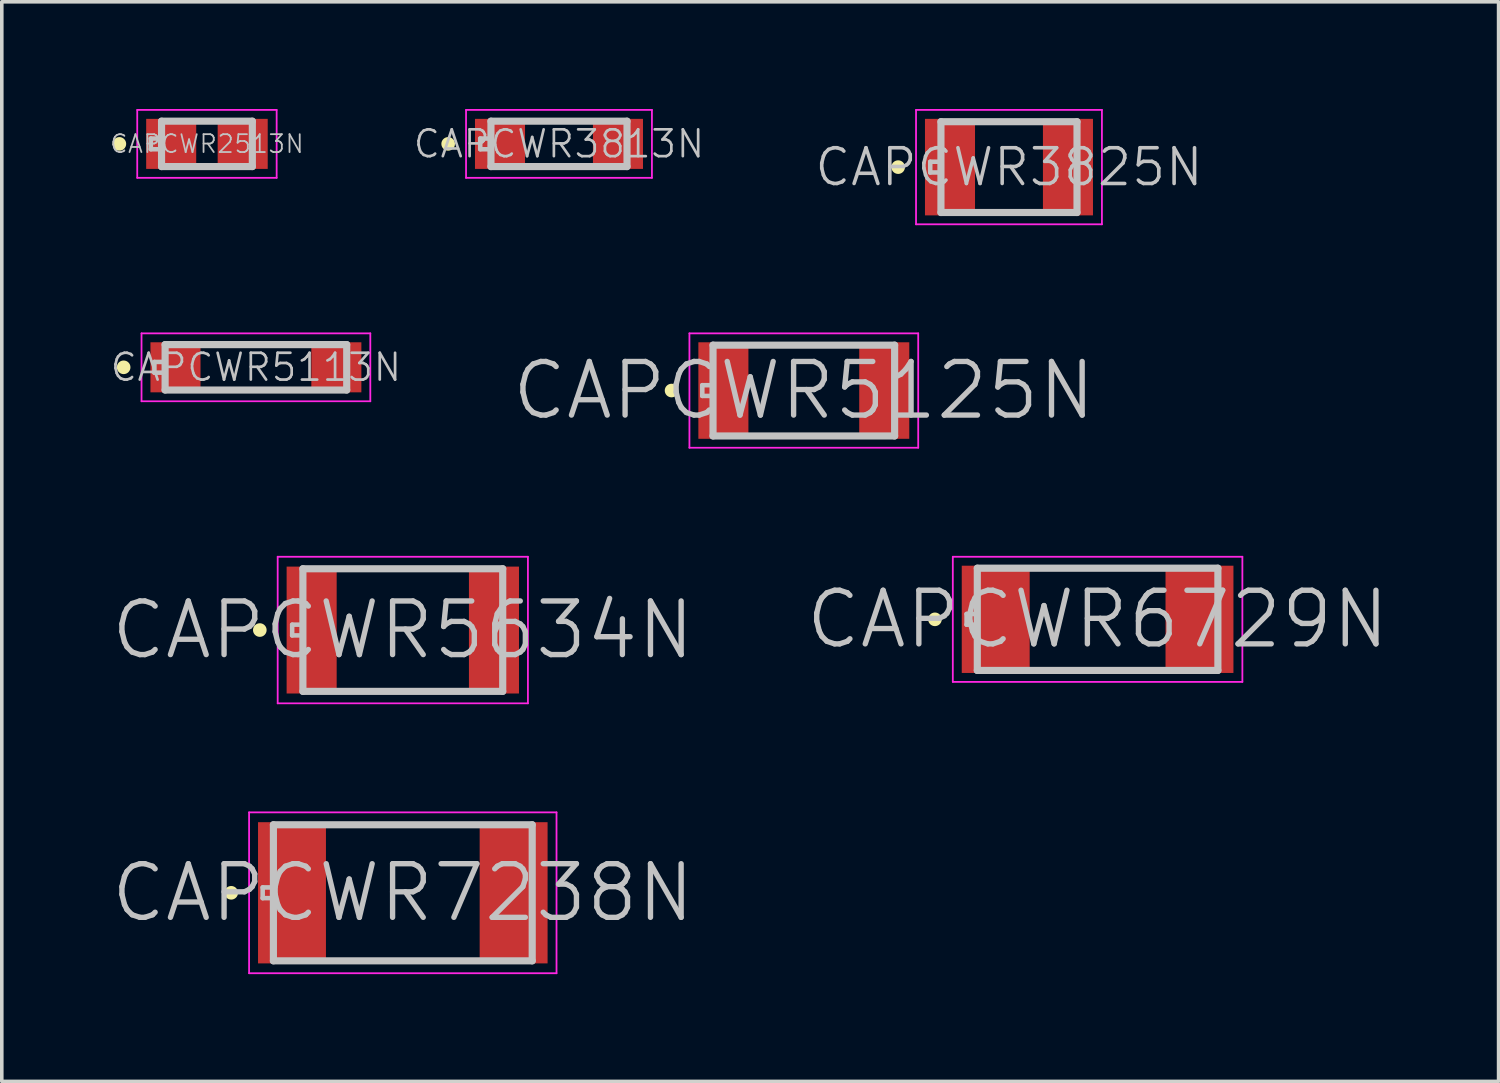
<source format=kicad_pcb>
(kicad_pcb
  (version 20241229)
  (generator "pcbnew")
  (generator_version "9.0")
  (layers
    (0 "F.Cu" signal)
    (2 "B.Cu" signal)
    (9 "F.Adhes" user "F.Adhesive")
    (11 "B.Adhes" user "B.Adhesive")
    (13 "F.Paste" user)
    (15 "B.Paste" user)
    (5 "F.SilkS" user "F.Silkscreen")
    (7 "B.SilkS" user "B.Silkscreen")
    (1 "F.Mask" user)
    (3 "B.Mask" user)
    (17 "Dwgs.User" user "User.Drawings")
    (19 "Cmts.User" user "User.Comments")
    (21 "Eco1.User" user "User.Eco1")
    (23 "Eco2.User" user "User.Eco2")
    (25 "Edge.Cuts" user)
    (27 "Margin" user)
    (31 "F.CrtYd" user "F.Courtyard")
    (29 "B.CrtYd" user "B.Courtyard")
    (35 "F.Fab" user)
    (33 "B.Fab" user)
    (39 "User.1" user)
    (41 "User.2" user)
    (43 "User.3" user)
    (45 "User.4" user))
  (footprint "CAPCWR5125N"
    (layer "F.Cu")
    (at 19.436 7.875)
    (property "Reference" "CAPCWR5125N" (at 0 0 0) (layer "Dwgs.User") (effects (font (size 1.5 1.5) (thickness 0.15))))
    (attr smd)
    (fp_line (start -3.7 0) (end -3.7 0) (stroke (width 0.381) (type solid)) (layer "F.SilkS"))
    (fp_line (start -2.84 -0.15) (end -2.84 0.15) (stroke (width 0.127) (type solid)) (layer "Dwgs.User"))
    (fp_line (start -2.84 0.15) (end -2.54 0.15) (stroke (width 0.127) (type solid)) (layer "Dwgs.User"))
    (fp_line (start -2.54 -1.27) (end -2.54 1.27) (stroke (width 0.2) (type solid)) (layer "Dwgs.User"))
    (fp_line (start -2.54 -1.27) (end 2.54 -1.27) (stroke (width 0.2) (type solid)) (layer "Dwgs.User"))
    (fp_line (start -2.54 -0.15) (end -2.84 -0.15) (stroke (width 0.127) (type solid)) (layer "Dwgs.User"))
    (fp_line (start -2.54 1.27) (end 2.54 1.27) (stroke (width 0.2) (type solid)) (layer "Dwgs.User"))
    (fp_line (start 2.54 -1.27) (end 2.54 1.27) (stroke (width 0.2) (type solid)) (layer "Dwgs.User"))
    (fp_line (start -3.2 -1.6) (end -3.2 1.6) (stroke (width 0.05) (type solid)) (layer "F.CrtYd"))
    (fp_line (start -3.2 -1.6) (end 3.2 -1.6) (stroke (width 0.05) (type solid)) (layer "F.CrtYd"))
    (fp_line (start -3.2 1.6) (end 3.2 1.6) (stroke (width 0.05) (type solid)) (layer "F.CrtYd"))
    (fp_line (start 3.2 -1.6) (end 3.2 1.6) (stroke (width 0.05) (type solid)) (layer "F.CrtYd"))
    (pad "1" smd rect (at -2.25 0) (size 1.4 2.7) (layers "F.Cu" "F.Mask" "F.Paste"))
    (pad "2" smd rect (at 2.25 0) (size 1.4 2.7) (layers "F.Cu" "F.Mask" "F.Paste")))
  (footprint "CAPCWR3813N"
    (layer "F.Cu")
    (at 12.587 0.975)
    (property "Reference" "CAPCWR3813N" (at 0 0 0) (layer "Dwgs.User") (effects (font (size 0.75 0.75) (thickness 0.075))))
    (attr smd)
    (fp_line (start -3.1 0) (end -3.1 0) (stroke (width 0.381) (type solid)) (layer "F.SilkS"))
    (fp_line (start -2.203 -0.15) (end -2.203 0.15) (stroke (width 0.127) (type solid)) (layer "Dwgs.User"))
    (fp_line (start -2.203 0.15) (end -1.903 0.15) (stroke (width 0.127) (type solid)) (layer "Dwgs.User"))
    (fp_line (start -1.903 -0.635) (end -1.903 0.635) (stroke (width 0.2) (type solid)) (layer "Dwgs.User"))
    (fp_line (start -1.903 -0.635) (end 1.903 -0.635) (stroke (width 0.2) (type solid)) (layer "Dwgs.User"))
    (fp_line (start -1.903 -0.15) (end -2.203 -0.15) (stroke (width 0.127) (type solid)) (layer "Dwgs.User"))
    (fp_line (start -1.903 0.635) (end 1.903 0.635) (stroke (width 0.2) (type solid)) (layer "Dwgs.User"))
    (fp_line (start 1.903 -0.635) (end 1.903 0.635) (stroke (width 0.2) (type solid)) (layer "Dwgs.User"))
    (fp_line (start -2.6 -0.95) (end -2.6 0.95) (stroke (width 0.05) (type solid)) (layer "F.CrtYd"))
    (fp_line (start -2.6 -0.95) (end 2.6 -0.95) (stroke (width 0.05) (type solid)) (layer "F.CrtYd"))
    (fp_line (start -2.6 0.95) (end 2.6 0.95) (stroke (width 0.05) (type solid)) (layer "F.CrtYd"))
    (fp_line (start 2.6 -0.95) (end 2.6 0.95) (stroke (width 0.05) (type solid)) (layer "F.CrtYd"))
    (pad "1" smd rect (at -1.65 0) (size 1.4 1.4) (layers "F.Cu" "F.Mask" "F.Paste"))
    (pad "2" smd rect (at 1.65 0) (size 1.4 1.4) (layers "F.Cu" "F.Mask" "F.Paste")))
  (footprint "CAPCWR2513N"
    (layer "F.Cu")
    (at 2.739 0.975)
    (property "Reference" "CAPCWR2513N" (at 0 0 0) (layer "Dwgs.User") (effects (font (size 0.5 0.5) (thickness 0.05))))
    (attr smd)
    (fp_line (start -2.45 0) (end -2.45 0) (stroke (width 0.381) (type solid)) (layer "F.SilkS"))
    (fp_line (start -1.57 -0.15) (end -1.57 0.15) (stroke (width 0.127) (type solid)) (layer "Dwgs.User"))
    (fp_line (start -1.57 0.15) (end -1.27 0.15) (stroke (width 0.127) (type solid)) (layer "Dwgs.User"))
    (fp_line (start -1.27 -0.635) (end -1.27 0.635) (stroke (width 0.2) (type solid)) (layer "Dwgs.User"))
    (fp_line (start -1.27 -0.635) (end 1.27 -0.635) (stroke (width 0.2) (type solid)) (layer "Dwgs.User"))
    (fp_line (start -1.27 -0.15) (end -1.57 -0.15) (stroke (width 0.127) (type solid)) (layer "Dwgs.User"))
    (fp_line (start -1.27 0.635) (end 1.27 0.635) (stroke (width 0.2) (type solid)) (layer "Dwgs.User"))
    (fp_line (start 1.27 -0.635) (end 1.27 0.635) (stroke (width 0.2) (type solid)) (layer "Dwgs.User"))
    (fp_line (start -1.95 -0.95) (end -1.95 0.95) (stroke (width 0.05) (type solid)) (layer "F.CrtYd"))
    (fp_line (start -1.95 -0.95) (end 1.95 -0.95) (stroke (width 0.05) (type solid)) (layer "F.CrtYd"))
    (fp_line (start -1.95 0.95) (end 1.95 0.95) (stroke (width 0.05) (type solid)) (layer "F.CrtYd"))
    (fp_line (start 1.95 -0.95) (end 1.95 0.95) (stroke (width 0.05) (type solid)) (layer "F.CrtYd"))
    (pad "1" smd rect (at -1 0) (size 1.4 1.4) (layers "F.Cu" "F.Mask" "F.Paste"))
    (pad "2" smd rect (at 1 0) (size 1.4 1.4) (layers "F.Cu" "F.Mask" "F.Paste")))
  (footprint "CAPCWR6729N"
    (layer "F.Cu")
    (at 27.654 14.275)
    (property "Reference" "CAPCWR6729N" (at 0 0 0) (layer "Dwgs.User") (effects (font (size 1.5 1.5) (thickness 0.15))))
    (attr smd)
    (fp_line (start -4.55 0) (end -4.55 0) (stroke (width 0.381) (type solid)) (layer "F.SilkS"))
    (fp_line (start -3.665 -0.15) (end -3.665 0.15) (stroke (width 0.127) (type solid)) (layer "Dwgs.User"))
    (fp_line (start -3.665 0.15) (end -3.365 0.15) (stroke (width 0.127) (type solid)) (layer "Dwgs.User"))
    (fp_line (start -3.365 -1.43) (end -3.365 1.43) (stroke (width 0.2) (type solid)) (layer "Dwgs.User"))
    (fp_line (start -3.365 -1.43) (end 3.365 -1.43) (stroke (width 0.2) (type solid)) (layer "Dwgs.User"))
    (fp_line (start -3.365 -0.15) (end -3.665 -0.15) (stroke (width 0.127) (type solid)) (layer "Dwgs.User"))
    (fp_line (start -3.365 1.43) (end 3.365 1.43) (stroke (width 0.2) (type solid)) (layer "Dwgs.User"))
    (fp_line (start 3.365 -1.43) (end 3.365 1.43) (stroke (width 0.2) (type solid)) (layer "Dwgs.User"))
    (fp_line (start -4.05 -1.75) (end -4.05 1.75) (stroke (width 0.05) (type solid)) (layer "F.CrtYd"))
    (fp_line (start -4.05 -1.75) (end 4.05 -1.75) (stroke (width 0.05) (type solid)) (layer "F.CrtYd"))
    (fp_line (start -4.05 1.75) (end 4.05 1.75) (stroke (width 0.05) (type solid)) (layer "F.CrtYd"))
    (fp_line (start 4.05 -1.75) (end 4.05 1.75) (stroke (width 0.05) (type solid)) (layer "F.CrtYd"))
    (pad "1" smd rect (at -2.85 0) (size 1.9 3) (layers "F.Cu" "F.Mask" "F.Paste"))
    (pad "2" smd rect (at 2.85 0) (size 1.9 3) (layers "F.Cu" "F.Mask" "F.Paste")))
  (footprint "CAPCWR5634N"
    (layer "F.Cu")
    (at 8.218 14.575)
    (property "Reference" "CAPCWR5634N" (at 0 0 0) (layer "Dwgs.User") (effects (font (size 1.5 1.5) (thickness 0.15))))
    (attr smd)
    (fp_line (start -4 0) (end -4 0) (stroke (width 0.381) (type solid)) (layer "F.SilkS"))
    (fp_line (start -3.095 -0.15) (end -3.095 0.15) (stroke (width 0.127) (type solid)) (layer "Dwgs.User"))
    (fp_line (start -3.095 0.15) (end -2.795 0.15) (stroke (width 0.127) (type solid)) (layer "Dwgs.User"))
    (fp_line (start -2.795 -1.715) (end -2.795 1.715) (stroke (width 0.2) (type solid)) (layer "Dwgs.User"))
    (fp_line (start -2.795 -1.715) (end 2.795 -1.715) (stroke (width 0.2) (type solid)) (layer "Dwgs.User"))
    (fp_line (start -2.795 -0.15) (end -3.095 -0.15) (stroke (width 0.127) (type solid)) (layer "Dwgs.User"))
    (fp_line (start -2.795 1.715) (end 2.795 1.715) (stroke (width 0.2) (type solid)) (layer "Dwgs.User"))
    (fp_line (start 2.795 -1.715) (end 2.795 1.715) (stroke (width 0.2) (type solid)) (layer "Dwgs.User"))
    (fp_line (start -3.5 -2.05) (end -3.5 2.05) (stroke (width 0.05) (type solid)) (layer "F.CrtYd"))
    (fp_line (start -3.5 -2.05) (end 3.5 -2.05) (stroke (width 0.05) (type solid)) (layer "F.CrtYd"))
    (fp_line (start -3.5 2.05) (end 3.5 2.05) (stroke (width 0.05) (type solid)) (layer "F.CrtYd"))
    (fp_line (start 3.5 -2.05) (end 3.5 2.05) (stroke (width 0.05) (type solid)) (layer "F.CrtYd"))
    (pad "1" smd rect (at -2.55 0) (size 1.4 3.55) (layers "F.Cu" "F.Mask" "F.Paste"))
    (pad "2" smd rect (at 2.55 0) (size 1.4 3.55) (layers "F.Cu" "F.Mask" "F.Paste")))
  (footprint "CAPCWR5113N"
    (layer "F.Cu")
    (at 4.109 7.225)
    (property "Reference" "CAPCWR5113N" (at 0 0 0) (layer "Dwgs.User") (effects (font (size 0.75 0.75) (thickness 0.075))))
    (attr smd)
    (fp_line (start -3.7 0) (end -3.7 0) (stroke (width 0.381) (type solid)) (layer "F.SilkS"))
    (fp_line (start -2.84 -0.15) (end -2.84 0.15) (stroke (width 0.127) (type solid)) (layer "Dwgs.User"))
    (fp_line (start -2.84 0.15) (end -2.54 0.15) (stroke (width 0.127) (type solid)) (layer "Dwgs.User"))
    (fp_line (start -2.54 -0.635) (end -2.54 0.635) (stroke (width 0.2) (type solid)) (layer "Dwgs.User"))
    (fp_line (start -2.54 -0.635) (end 2.54 -0.635) (stroke (width 0.2) (type solid)) (layer "Dwgs.User"))
    (fp_line (start -2.54 -0.15) (end -2.84 -0.15) (stroke (width 0.127) (type solid)) (layer "Dwgs.User"))
    (fp_line (start -2.54 0.635) (end 2.54 0.635) (stroke (width 0.2) (type solid)) (layer "Dwgs.User"))
    (fp_line (start 2.54 -0.635) (end 2.54 0.635) (stroke (width 0.2) (type solid)) (layer "Dwgs.User"))
    (fp_line (start -3.2 -0.95) (end -3.2 0.95) (stroke (width 0.05) (type solid)) (layer "F.CrtYd"))
    (fp_line (start -3.2 -0.95) (end 3.2 -0.95) (stroke (width 0.05) (type solid)) (layer "F.CrtYd"))
    (fp_line (start -3.2 0.95) (end 3.2 0.95) (stroke (width 0.05) (type solid)) (layer "F.CrtYd"))
    (fp_line (start 3.2 -0.95) (end 3.2 0.95) (stroke (width 0.05) (type solid)) (layer "F.CrtYd"))
    (pad "1" smd rect (at -2.25 0) (size 1.4 1.4) (layers "F.Cu" "F.Mask" "F.Paste"))
    (pad "2" smd rect (at 2.25 0) (size 1.4 1.4) (layers "F.Cu" "F.Mask" "F.Paste")))
  (footprint "CAPCWR3825N"
    (layer "F.Cu")
    (at 25.175 1.625)
    (property "Reference" "CAPCWR3825N" (at 0 0 0) (layer "Dwgs.User") (effects (font (size 1 1) (thickness 0.1))))
    (attr smd)
    (fp_line (start -3.1 0) (end -3.1 0) (stroke (width 0.381) (type solid)) (layer "F.SilkS"))
    (fp_line (start -2.203 -0.15) (end -2.203 0.15) (stroke (width 0.127) (type solid)) (layer "Dwgs.User"))
    (fp_line (start -2.203 0.15) (end -1.903 0.15) (stroke (width 0.127) (type solid)) (layer "Dwgs.User"))
    (fp_line (start -1.903 -1.27) (end -1.903 1.27) (stroke (width 0.2) (type solid)) (layer "Dwgs.User"))
    (fp_line (start -1.903 -1.27) (end 1.903 -1.27) (stroke (width 0.2) (type solid)) (layer "Dwgs.User"))
    (fp_line (start -1.903 -0.15) (end -2.203 -0.15) (stroke (width 0.127) (type solid)) (layer "Dwgs.User"))
    (fp_line (start -1.903 1.27) (end 1.903 1.27) (stroke (width 0.2) (type solid)) (layer "Dwgs.User"))
    (fp_line (start 1.903 -1.27) (end 1.903 1.27) (stroke (width 0.2) (type solid)) (layer "Dwgs.User"))
    (fp_line (start -2.6 -1.6) (end -2.6 1.6) (stroke (width 0.05) (type solid)) (layer "F.CrtYd"))
    (fp_line (start -2.6 -1.6) (end 2.6 -1.6) (stroke (width 0.05) (type solid)) (layer "F.CrtYd"))
    (fp_line (start -2.6 1.6) (end 2.6 1.6) (stroke (width 0.05) (type solid)) (layer "F.CrtYd"))
    (fp_line (start 2.6 -1.6) (end 2.6 1.6) (stroke (width 0.05) (type solid)) (layer "F.CrtYd"))
    (pad "1" smd rect (at -1.65 0) (size 1.4 2.7) (layers "F.Cu" "F.Mask" "F.Paste"))
    (pad "2" smd rect (at 1.65 0) (size 1.4 2.7) (layers "F.Cu" "F.Mask" "F.Paste")))
  (footprint "CAPCWR7238N"
    (layer "F.Cu")
    (at 8.218 21.925)
    (property "Reference" "CAPCWR7238N" (at 0 0 0) (layer "Dwgs.User") (effects (font (size 1.5 1.5) (thickness 0.15))))
    (attr smd)
    (fp_line (start -4.8 0) (end -4.8 0) (stroke (width 0.381) (type solid)) (layer "F.SilkS"))
    (fp_line (start -3.92 -0.15) (end -3.92 0.15) (stroke (width 0.127) (type solid)) (layer "Dwgs.User"))
    (fp_line (start -3.92 0.15) (end -3.62 0.15) (stroke (width 0.127) (type solid)) (layer "Dwgs.User"))
    (fp_line (start -3.62 -1.903) (end -3.62 1.903) (stroke (width 0.2) (type solid)) (layer "Dwgs.User"))
    (fp_line (start -3.62 -1.903) (end 3.62 -1.903) (stroke (width 0.2) (type solid)) (layer "Dwgs.User"))
    (fp_line (start -3.62 -0.15) (end -3.92 -0.15) (stroke (width 0.127) (type solid)) (layer "Dwgs.User"))
    (fp_line (start -3.62 1.903) (end 3.62 1.903) (stroke (width 0.2) (type solid)) (layer "Dwgs.User"))
    (fp_line (start 3.62 -1.903) (end 3.62 1.903) (stroke (width 0.2) (type solid)) (layer "Dwgs.User"))
    (fp_line (start -4.3 -2.25) (end -4.3 2.25) (stroke (width 0.05) (type solid)) (layer "F.CrtYd"))
    (fp_line (start -4.3 -2.25) (end 4.3 -2.25) (stroke (width 0.05) (type solid)) (layer "F.CrtYd"))
    (fp_line (start -4.3 2.25) (end 4.3 2.25) (stroke (width 0.05) (type solid)) (layer "F.CrtYd"))
    (fp_line (start 4.3 -2.25) (end 4.3 2.25) (stroke (width 0.05) (type solid)) (layer "F.CrtYd"))
    (pad "1" smd rect (at -3.1 0) (size 1.9 3.95) (layers "F.Cu" "F.Mask" "F.Paste"))
    (pad "2" smd rect (at 3.1 0) (size 1.9 3.95) (layers "F.Cu" "F.Mask" "F.Paste")))
  (gr_rect
    (start -3 -3)
    (end 38.871 27.2)
    (stroke (width 0.1) (type default))
    (fill no)
    (layer "Edge.Cuts")))
</source>
